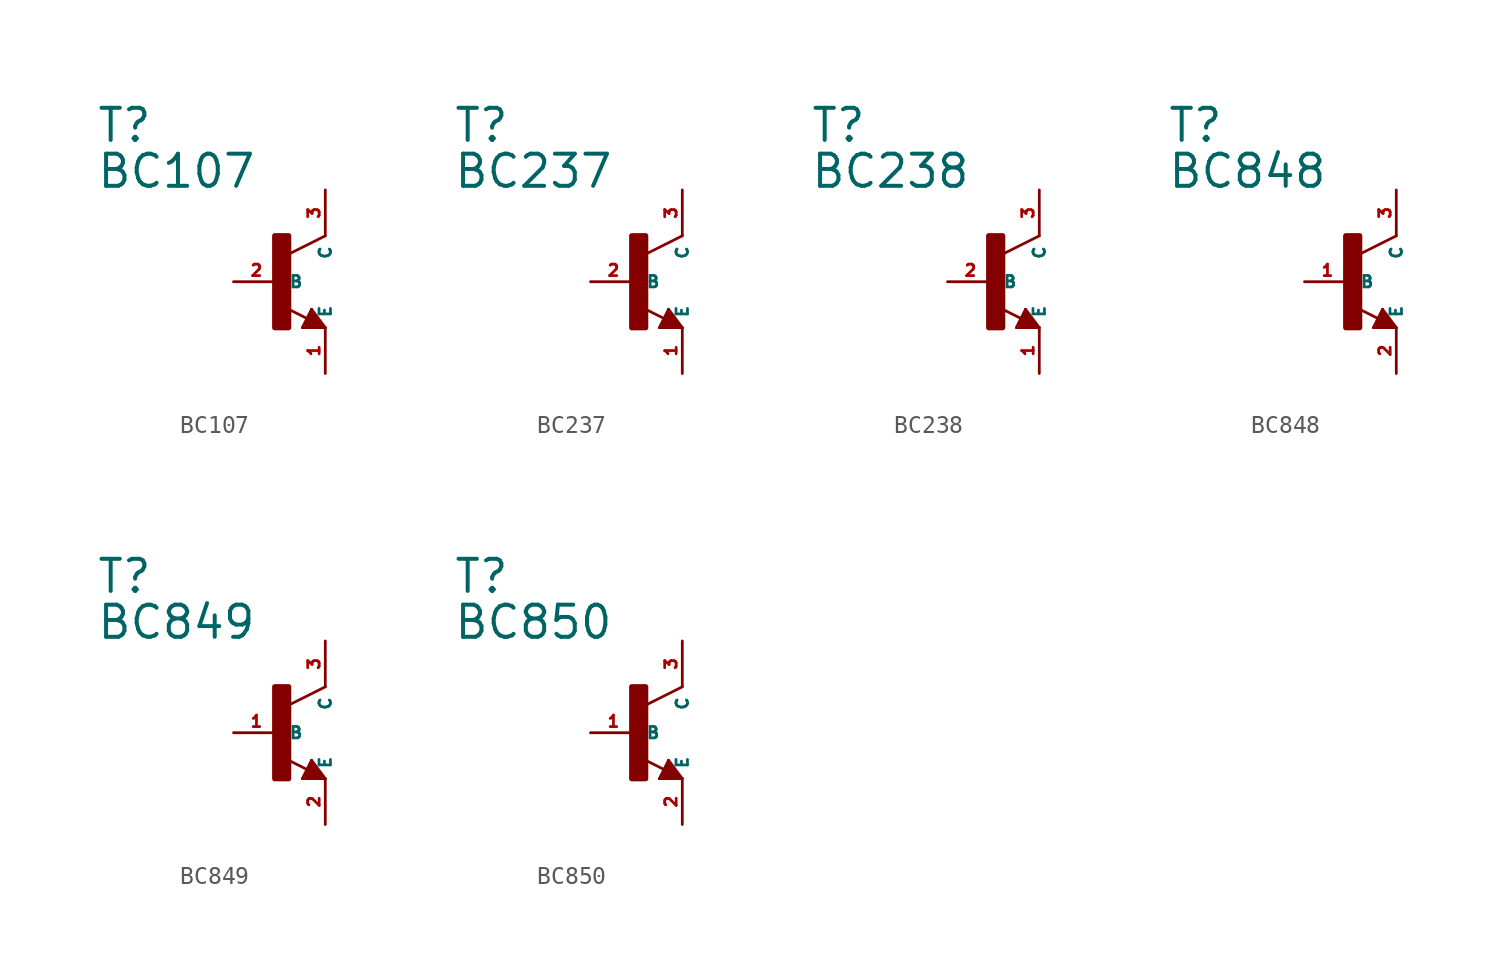
<source format=kicad_sym>
(kicad_symbol_lib
  (version 20220914)
  (generator Eagle2Kicad)
  (symbol "BC107"
    (property "Reference" "T"
      (at -10.16 7.62 0)
      (effects (font (size 1.778 1.778) (thickness 0.22)) (justify left bottom)))
    (property "Value" "BC107"
      (at -10.16 5.08 0)
      (effects (font (size 1.778 1.778) (thickness 0.22)) (justify left bottom)))
    (polyline
      (pts (xy 2.54 2.54) (xy 0.508 1.524))
      (stroke (width 0.152) (type default))
      (fill (type none)))
    (polyline
      (pts (xy 1.778 -1.524) (xy 2.54 -2.54))
      (stroke (width 0.152) (type default))
      (fill (type none)))
    (polyline
      (pts (xy 2.54 -2.54) (xy 1.27 -2.54))
      (stroke (width 0.152) (type default))
      (fill (type none)))
    (polyline
      (pts (xy 1.27 -2.54) (xy 1.778 -1.524))
      (stroke (width 0.152) (type default))
      (fill (type none)))
    (polyline
      (pts (xy 1.54 -2.04) (xy 0.308 -1.424))
      (stroke (width 0.152) (type default))
      (fill (type none)))
    (polyline
      (pts (xy 1.524 -2.413) (xy 2.286 -2.413))
      (stroke (width 0.254) (type default))
      (fill (type none)))
    (polyline
      (pts (xy 2.286 -2.413) (xy 1.778 -1.778))
      (stroke (width 0.254) (type default))
      (fill (type none)))
    (polyline
      (pts (xy 1.778 -1.778) (xy 1.524 -2.286))
      (stroke (width 0.254) (type default))
      (fill (type none)))
    (polyline
      (pts (xy 1.524 -2.286) (xy 1.905 -2.286))
      (stroke (width 0.254) (type default))
      (fill (type none)))
    (polyline
      (pts (xy 1.905 -2.286) (xy 1.778 -2.032))
      (stroke (width 0.254) (type default))
      (fill (type none)))
    (rectangle
      (start -0.254 -2.54)
      (end 0.508 2.54)
      (stroke (width 0.3) (type default))
      (fill (type outline)))
    (pin passive line
      (at -2.54 0 0)
      (length 2.54)
      (name "B" (effects (font (size 0.635 0.635) (thickness 0.08)) (justify left bottom)))
      (number "2" (effects (font (size 0.635 0.635) (thickness 0.08)) (justify left bottom))))
    (pin passive line
      (at 2.54 -5.08 90)
      (length 2.54)
      (name "E" (effects (font (size 0.635 0.635) (thickness 0.08)) (justify left bottom)))
      (number "1" (effects (font (size 0.635 0.635) (thickness 0.08)) (justify left bottom))))
    (pin passive line
      (at 2.54 5.08 270)
      (length 2.54)
      (name "C" (effects (font (size 0.635 0.635) (thickness 0.08)) (justify left bottom)))
      (number "3" (effects (font (size 0.635 0.635) (thickness 0.08)) (justify left bottom)))))
  (symbol "BC237"
    (property "Reference" "T"
      (at -10.16 7.62 0)
      (effects (font (size 1.778 1.778) (thickness 0.22)) (justify left bottom)))
    (property "Value" "BC237"
      (at -10.16 5.08 0)
      (effects (font (size 1.778 1.778) (thickness 0.22)) (justify left bottom)))
    (polyline
      (pts (xy 2.54 2.54) (xy 0.508 1.524))
      (stroke (width 0.152) (type default))
      (fill (type none)))
    (polyline
      (pts (xy 1.778 -1.524) (xy 2.54 -2.54))
      (stroke (width 0.152) (type default))
      (fill (type none)))
    (polyline
      (pts (xy 2.54 -2.54) (xy 1.27 -2.54))
      (stroke (width 0.152) (type default))
      (fill (type none)))
    (polyline
      (pts (xy 1.27 -2.54) (xy 1.778 -1.524))
      (stroke (width 0.152) (type default))
      (fill (type none)))
    (polyline
      (pts (xy 1.54 -2.04) (xy 0.308 -1.424))
      (stroke (width 0.152) (type default))
      (fill (type none)))
    (polyline
      (pts (xy 1.524 -2.413) (xy 2.286 -2.413))
      (stroke (width 0.254) (type default))
      (fill (type none)))
    (polyline
      (pts (xy 2.286 -2.413) (xy 1.778 -1.778))
      (stroke (width 0.254) (type default))
      (fill (type none)))
    (polyline
      (pts (xy 1.778 -1.778) (xy 1.524 -2.286))
      (stroke (width 0.254) (type default))
      (fill (type none)))
    (polyline
      (pts (xy 1.524 -2.286) (xy 1.905 -2.286))
      (stroke (width 0.254) (type default))
      (fill (type none)))
    (polyline
      (pts (xy 1.905 -2.286) (xy 1.778 -2.032))
      (stroke (width 0.254) (type default))
      (fill (type none)))
    (rectangle
      (start -0.254 -2.54)
      (end 0.508 2.54)
      (stroke (width 0.3) (type default))
      (fill (type outline)))
    (pin passive line
      (at -2.54 0 0)
      (length 2.54)
      (name "B" (effects (font (size 0.635 0.635) (thickness 0.08)) (justify left bottom)))
      (number "2" (effects (font (size 0.635 0.635) (thickness 0.08)) (justify left bottom))))
    (pin passive line
      (at 2.54 -5.08 90)
      (length 2.54)
      (name "E" (effects (font (size 0.635 0.635) (thickness 0.08)) (justify left bottom)))
      (number "1" (effects (font (size 0.635 0.635) (thickness 0.08)) (justify left bottom))))
    (pin passive line
      (at 2.54 5.08 270)
      (length 2.54)
      (name "C" (effects (font (size 0.635 0.635) (thickness 0.08)) (justify left bottom)))
      (number "3" (effects (font (size 0.635 0.635) (thickness 0.08)) (justify left bottom)))))
  (symbol "BC238"
    (property "Reference" "T"
      (at -10.16 7.62 0)
      (effects (font (size 1.778 1.778) (thickness 0.22)) (justify left bottom)))
    (property "Value" "BC238"
      (at -10.16 5.08 0)
      (effects (font (size 1.778 1.778) (thickness 0.22)) (justify left bottom)))
    (polyline
      (pts (xy 2.54 2.54) (xy 0.508 1.524))
      (stroke (width 0.152) (type default))
      (fill (type none)))
    (polyline
      (pts (xy 1.778 -1.524) (xy 2.54 -2.54))
      (stroke (width 0.152) (type default))
      (fill (type none)))
    (polyline
      (pts (xy 2.54 -2.54) (xy 1.27 -2.54))
      (stroke (width 0.152) (type default))
      (fill (type none)))
    (polyline
      (pts (xy 1.27 -2.54) (xy 1.778 -1.524))
      (stroke (width 0.152) (type default))
      (fill (type none)))
    (polyline
      (pts (xy 1.54 -2.04) (xy 0.308 -1.424))
      (stroke (width 0.152) (type default))
      (fill (type none)))
    (polyline
      (pts (xy 1.524 -2.413) (xy 2.286 -2.413))
      (stroke (width 0.254) (type default))
      (fill (type none)))
    (polyline
      (pts (xy 2.286 -2.413) (xy 1.778 -1.778))
      (stroke (width 0.254) (type default))
      (fill (type none)))
    (polyline
      (pts (xy 1.778 -1.778) (xy 1.524 -2.286))
      (stroke (width 0.254) (type default))
      (fill (type none)))
    (polyline
      (pts (xy 1.524 -2.286) (xy 1.905 -2.286))
      (stroke (width 0.254) (type default))
      (fill (type none)))
    (polyline
      (pts (xy 1.905 -2.286) (xy 1.778 -2.032))
      (stroke (width 0.254) (type default))
      (fill (type none)))
    (rectangle
      (start -0.254 -2.54)
      (end 0.508 2.54)
      (stroke (width 0.3) (type default))
      (fill (type outline)))
    (pin passive line
      (at -2.54 0 0)
      (length 2.54)
      (name "B" (effects (font (size 0.635 0.635) (thickness 0.08)) (justify left bottom)))
      (number "2" (effects (font (size 0.635 0.635) (thickness 0.08)) (justify left bottom))))
    (pin passive line
      (at 2.54 -5.08 90)
      (length 2.54)
      (name "E" (effects (font (size 0.635 0.635) (thickness 0.08)) (justify left bottom)))
      (number "1" (effects (font (size 0.635 0.635) (thickness 0.08)) (justify left bottom))))
    (pin passive line
      (at 2.54 5.08 270)
      (length 2.54)
      (name "C" (effects (font (size 0.635 0.635) (thickness 0.08)) (justify left bottom)))
      (number "3" (effects (font (size 0.635 0.635) (thickness 0.08)) (justify left bottom)))))
  (symbol "BC848"
    (property "Reference" "T"
      (at -10.16 7.62 0)
      (effects (font (size 1.778 1.778) (thickness 0.22)) (justify left bottom)))
    (property "Value" "BC848"
      (at -10.16 5.08 0)
      (effects (font (size 1.778 1.778) (thickness 0.22)) (justify left bottom)))
    (polyline
      (pts (xy 2.54 2.54) (xy 0.508 1.524))
      (stroke (width 0.152) (type default))
      (fill (type none)))
    (polyline
      (pts (xy 1.778 -1.524) (xy 2.54 -2.54))
      (stroke (width 0.152) (type default))
      (fill (type none)))
    (polyline
      (pts (xy 2.54 -2.54) (xy 1.27 -2.54))
      (stroke (width 0.152) (type default))
      (fill (type none)))
    (polyline
      (pts (xy 1.27 -2.54) (xy 1.778 -1.524))
      (stroke (width 0.152) (type default))
      (fill (type none)))
    (polyline
      (pts (xy 1.54 -2.04) (xy 0.308 -1.424))
      (stroke (width 0.152) (type default))
      (fill (type none)))
    (polyline
      (pts (xy 1.524 -2.413) (xy 2.286 -2.413))
      (stroke (width 0.254) (type default))
      (fill (type none)))
    (polyline
      (pts (xy 2.286 -2.413) (xy 1.778 -1.778))
      (stroke (width 0.254) (type default))
      (fill (type none)))
    (polyline
      (pts (xy 1.778 -1.778) (xy 1.524 -2.286))
      (stroke (width 0.254) (type default))
      (fill (type none)))
    (polyline
      (pts (xy 1.524 -2.286) (xy 1.905 -2.286))
      (stroke (width 0.254) (type default))
      (fill (type none)))
    (polyline
      (pts (xy 1.905 -2.286) (xy 1.778 -2.032))
      (stroke (width 0.254) (type default))
      (fill (type none)))
    (rectangle
      (start -0.254 -2.54)
      (end 0.508 2.54)
      (stroke (width 0.3) (type default))
      (fill (type outline)))
    (pin passive line
      (at -2.54 0 0)
      (length 2.54)
      (name "B" (effects (font (size 0.635 0.635) (thickness 0.08)) (justify left bottom)))
      (number "1" (effects (font (size 0.635 0.635) (thickness 0.08)) (justify left bottom))))
    (pin passive line
      (at 2.54 -5.08 90)
      (length 2.54)
      (name "E" (effects (font (size 0.635 0.635) (thickness 0.08)) (justify left bottom)))
      (number "2" (effects (font (size 0.635 0.635) (thickness 0.08)) (justify left bottom))))
    (pin passive line
      (at 2.54 5.08 270)
      (length 2.54)
      (name "C" (effects (font (size 0.635 0.635) (thickness 0.08)) (justify left bottom)))
      (number "3" (effects (font (size 0.635 0.635) (thickness 0.08)) (justify left bottom)))))
  (symbol "BC849"
    (property "Reference" "T"
      (at -10.16 7.62 0)
      (effects (font (size 1.778 1.778) (thickness 0.22)) (justify left bottom)))
    (property "Value" "BC849"
      (at -10.16 5.08 0)
      (effects (font (size 1.778 1.778) (thickness 0.22)) (justify left bottom)))
    (polyline
      (pts (xy 2.54 2.54) (xy 0.508 1.524))
      (stroke (width 0.152) (type default))
      (fill (type none)))
    (polyline
      (pts (xy 1.778 -1.524) (xy 2.54 -2.54))
      (stroke (width 0.152) (type default))
      (fill (type none)))
    (polyline
      (pts (xy 2.54 -2.54) (xy 1.27 -2.54))
      (stroke (width 0.152) (type default))
      (fill (type none)))
    (polyline
      (pts (xy 1.27 -2.54) (xy 1.778 -1.524))
      (stroke (width 0.152) (type default))
      (fill (type none)))
    (polyline
      (pts (xy 1.54 -2.04) (xy 0.308 -1.424))
      (stroke (width 0.152) (type default))
      (fill (type none)))
    (polyline
      (pts (xy 1.524 -2.413) (xy 2.286 -2.413))
      (stroke (width 0.254) (type default))
      (fill (type none)))
    (polyline
      (pts (xy 2.286 -2.413) (xy 1.778 -1.778))
      (stroke (width 0.254) (type default))
      (fill (type none)))
    (polyline
      (pts (xy 1.778 -1.778) (xy 1.524 -2.286))
      (stroke (width 0.254) (type default))
      (fill (type none)))
    (polyline
      (pts (xy 1.524 -2.286) (xy 1.905 -2.286))
      (stroke (width 0.254) (type default))
      (fill (type none)))
    (polyline
      (pts (xy 1.905 -2.286) (xy 1.778 -2.032))
      (stroke (width 0.254) (type default))
      (fill (type none)))
    (rectangle
      (start -0.254 -2.54)
      (end 0.508 2.54)
      (stroke (width 0.3) (type default))
      (fill (type outline)))
    (pin passive line
      (at -2.54 0 0)
      (length 2.54)
      (name "B" (effects (font (size 0.635 0.635) (thickness 0.08)) (justify left bottom)))
      (number "1" (effects (font (size 0.635 0.635) (thickness 0.08)) (justify left bottom))))
    (pin passive line
      (at 2.54 -5.08 90)
      (length 2.54)
      (name "E" (effects (font (size 0.635 0.635) (thickness 0.08)) (justify left bottom)))
      (number "2" (effects (font (size 0.635 0.635) (thickness 0.08)) (justify left bottom))))
    (pin passive line
      (at 2.54 5.08 270)
      (length 2.54)
      (name "C" (effects (font (size 0.635 0.635) (thickness 0.08)) (justify left bottom)))
      (number "3" (effects (font (size 0.635 0.635) (thickness 0.08)) (justify left bottom)))))
  (symbol "BC850"
    (property "Reference" "T"
      (at -10.16 7.62 0)
      (effects (font (size 1.778 1.778) (thickness 0.22)) (justify left bottom)))
    (property "Value" "BC850"
      (at -10.16 5.08 0)
      (effects (font (size 1.778 1.778) (thickness 0.22)) (justify left bottom)))
    (polyline
      (pts (xy 2.54 2.54) (xy 0.508 1.524))
      (stroke (width 0.152) (type default))
      (fill (type none)))
    (polyline
      (pts (xy 1.778 -1.524) (xy 2.54 -2.54))
      (stroke (width 0.152) (type default))
      (fill (type none)))
    (polyline
      (pts (xy 2.54 -2.54) (xy 1.27 -2.54))
      (stroke (width 0.152) (type default))
      (fill (type none)))
    (polyline
      (pts (xy 1.27 -2.54) (xy 1.778 -1.524))
      (stroke (width 0.152) (type default))
      (fill (type none)))
    (polyline
      (pts (xy 1.54 -2.04) (xy 0.308 -1.424))
      (stroke (width 0.152) (type default))
      (fill (type none)))
    (polyline
      (pts (xy 1.524 -2.413) (xy 2.286 -2.413))
      (stroke (width 0.254) (type default))
      (fill (type none)))
    (polyline
      (pts (xy 2.286 -2.413) (xy 1.778 -1.778))
      (stroke (width 0.254) (type default))
      (fill (type none)))
    (polyline
      (pts (xy 1.778 -1.778) (xy 1.524 -2.286))
      (stroke (width 0.254) (type default))
      (fill (type none)))
    (polyline
      (pts (xy 1.524 -2.286) (xy 1.905 -2.286))
      (stroke (width 0.254) (type default))
      (fill (type none)))
    (polyline
      (pts (xy 1.905 -2.286) (xy 1.778 -2.032))
      (stroke (width 0.254) (type default))
      (fill (type none)))
    (rectangle
      (start -0.254 -2.54)
      (end 0.508 2.54)
      (stroke (width 0.3) (type default))
      (fill (type outline)))
    (pin passive line
      (at -2.54 0 0)
      (length 2.54)
      (name "B" (effects (font (size 0.635 0.635) (thickness 0.08)) (justify left bottom)))
      (number "1" (effects (font (size 0.635 0.635) (thickness 0.08)) (justify left bottom))))
    (pin passive line
      (at 2.54 -5.08 90)
      (length 2.54)
      (name "E" (effects (font (size 0.635 0.635) (thickness 0.08)) (justify left bottom)))
      (number "2" (effects (font (size 0.635 0.635) (thickness 0.08)) (justify left bottom))))
    (pin passive line
      (at 2.54 5.08 270)
      (length 2.54)
      (name "C" (effects (font (size 0.635 0.635) (thickness 0.08)) (justify left bottom)))
      (number "3" (effects (font (size 0.635 0.635) (thickness 0.08)) (justify left bottom))))))
</source>
